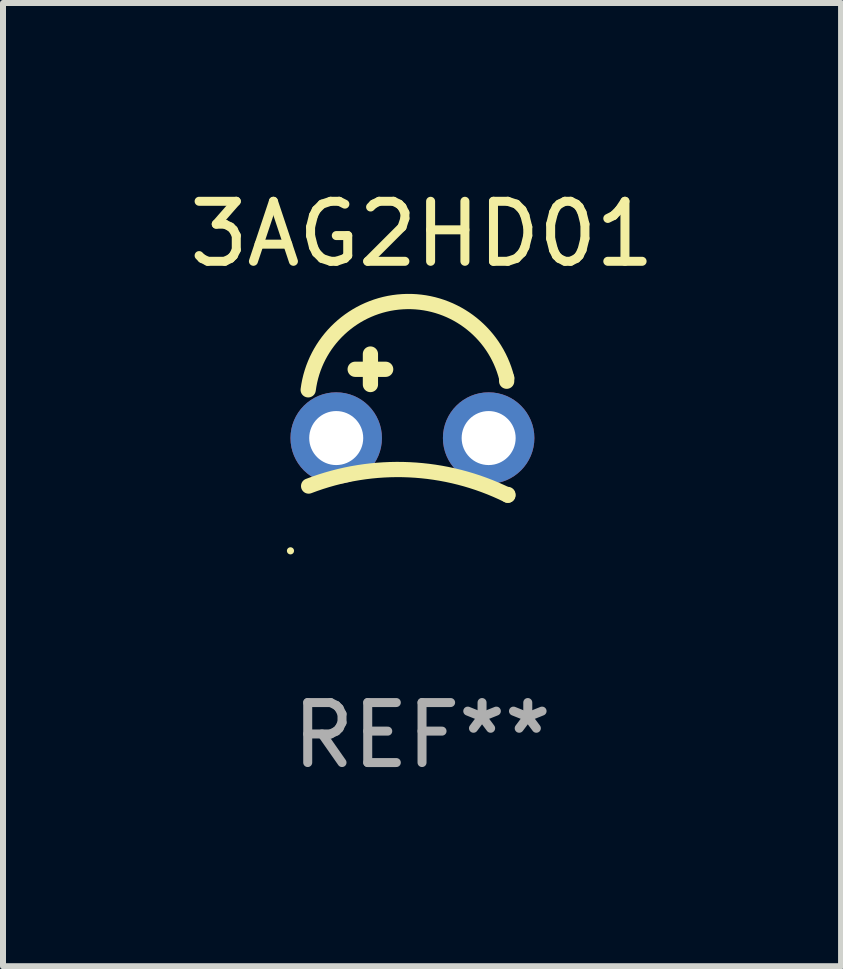
<source format=kicad_pcb>
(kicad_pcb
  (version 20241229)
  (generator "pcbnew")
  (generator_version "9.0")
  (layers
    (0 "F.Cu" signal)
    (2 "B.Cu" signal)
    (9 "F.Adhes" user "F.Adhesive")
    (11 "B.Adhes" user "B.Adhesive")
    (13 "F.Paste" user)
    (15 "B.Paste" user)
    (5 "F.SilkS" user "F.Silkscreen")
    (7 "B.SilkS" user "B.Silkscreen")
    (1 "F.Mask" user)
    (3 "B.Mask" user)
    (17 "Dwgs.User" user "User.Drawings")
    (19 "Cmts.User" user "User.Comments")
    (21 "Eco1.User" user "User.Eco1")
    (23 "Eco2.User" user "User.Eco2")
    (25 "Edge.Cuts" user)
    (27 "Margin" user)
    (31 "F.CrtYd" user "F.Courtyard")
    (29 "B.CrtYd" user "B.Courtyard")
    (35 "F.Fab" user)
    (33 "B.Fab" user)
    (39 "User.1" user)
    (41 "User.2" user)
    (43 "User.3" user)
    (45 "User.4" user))
  (footprint "3AG2HD01"
    (layer "F.Cu")
    (at 3.982 4.025)
    (property "Reference" "3AG2HD01" (at 0 -3.176 0) (layer "F.SilkS") (effects (font (size 1 1) (thickness 0.15))))
    (attr through_hole)
    (fp_line (start -1.114 -0.922) (end -0.606 -0.922) (stroke (width 0.254) (type solid)) (layer "F.SilkS"))
    (fp_line (start -0.86 -1.176) (end -0.86 -0.668) (stroke (width 0.254) (type solid)) (layer "F.SilkS"))
    (fp_line (start 1.41 -0.776) (end 1.41 -0.723) (stroke (width 0.254) (type solid)) (layer "F.SilkS"))
    (fp_line (start 1.43 1.176) (end 1.43 1.164) (stroke (width 0.254) (type solid)) (layer "F.SilkS"))
    (fp_arc (start -1.896915 -0.579704) (mid -0.324751 -2.048067) (end 1.4103 -0.776302) (stroke (width 0.254001) (type solid)) (layer "F.SilkS"))
    (fp_arc (start -1.8897 1.023698) (mid -0.214006 0.752438) (end 1.429731 1.176302) (stroke (width 0.254001) (type solid)) (layer "F.SilkS"))
    (fp_circle (center -2.192 2.103) (end -2.162 2.103) (stroke (width 0.06) (type solid)) (fill no) (layer "F.SilkS"))
    (fp_text user "REF**" (at 0 5.176 0) (layer "F.Fab") (effects (font (size 1 1) (thickness 0.15))))
    (pad "1" thru_hole circle (at -1.43 0.224) (size 1.524 1.524) (drill 0.9) (layers "*.Cu" "*.Mask"))
    (pad "2" thru_hole circle (at 1.11 0.224) (size 1.524 1.524) (drill 0.9) (layers "*.Cu" "*.Mask")))
  (gr_rect
    (start -3 -3)
    (end 10.964 13.049)
    (stroke (width 0.1) (type default))
    (fill no)
    (layer "Edge.Cuts")))
</source>
